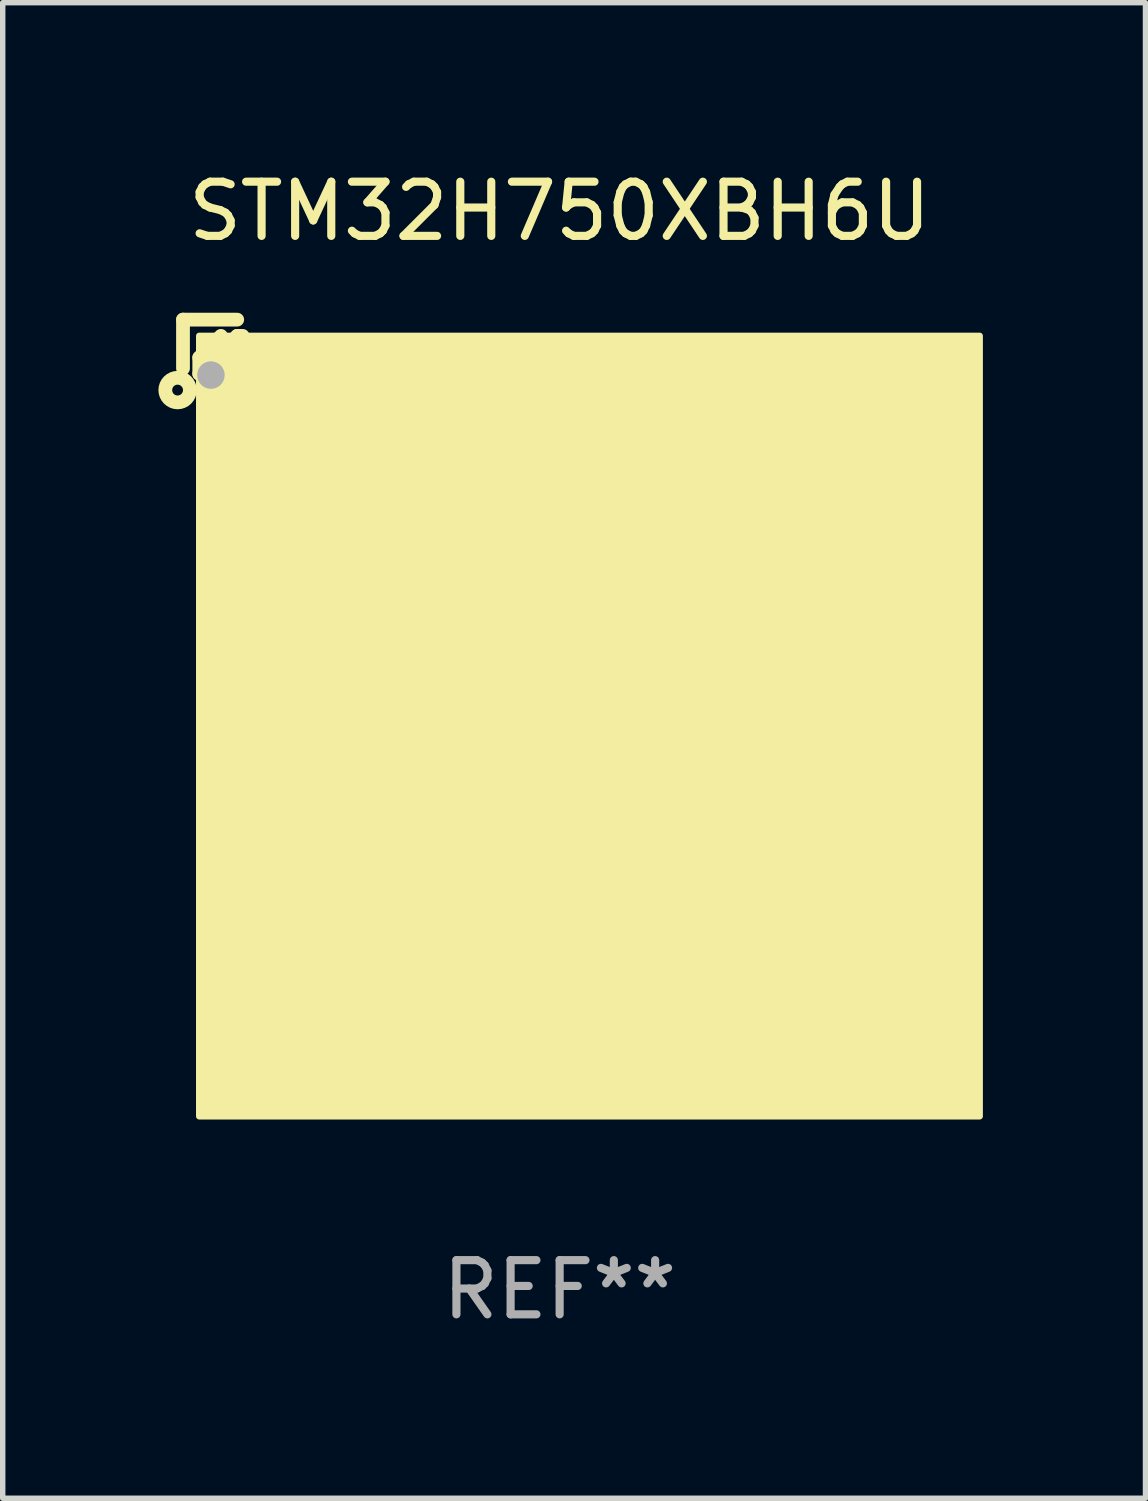
<source format=kicad_pcb>
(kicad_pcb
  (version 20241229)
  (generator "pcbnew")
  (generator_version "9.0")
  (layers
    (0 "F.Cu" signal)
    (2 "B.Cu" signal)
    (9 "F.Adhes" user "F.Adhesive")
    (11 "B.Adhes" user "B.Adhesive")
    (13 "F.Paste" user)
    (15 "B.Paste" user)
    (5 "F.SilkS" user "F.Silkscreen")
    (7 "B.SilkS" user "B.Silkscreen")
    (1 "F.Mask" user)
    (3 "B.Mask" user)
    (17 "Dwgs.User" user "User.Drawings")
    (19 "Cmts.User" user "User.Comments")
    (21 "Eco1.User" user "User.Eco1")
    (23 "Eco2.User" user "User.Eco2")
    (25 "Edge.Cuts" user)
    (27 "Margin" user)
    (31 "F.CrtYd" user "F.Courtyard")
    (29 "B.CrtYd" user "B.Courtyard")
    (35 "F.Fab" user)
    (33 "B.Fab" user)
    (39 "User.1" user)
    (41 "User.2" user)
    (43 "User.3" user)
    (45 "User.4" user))
  (footprint "STM32H750XBH6U"
    (layer "F.Cu")
    (at 7.277 9.798)
    (property "Reference" "STM32H750XBH6U" (at 0 -8.95 0) (layer "F.SilkS") (effects (font (size 1 1) (thickness 0.15))))
    (attr through_hole)
    (fp_line (start -6.95 -6.95) (end -6.95 -6.05) (stroke (width 0.254) (type solid)) (layer "F.SilkS"))
    (fp_line (start -6.65 -6.25) (end -6.25 -6.65) (stroke (width 0.254) (type solid)) (layer "F.SilkS"))
    (fp_line (start -6.65 -5.95) (end -6.65 -6.25) (stroke (width 0.254) (type solid)) (layer "F.SilkS"))
    (fp_line (start -5.95 -6.95) (end -6.95 -6.95) (stroke (width 0.254) (type solid)) (layer "F.SilkS"))
    (fp_line (start -5.95 -6.65) (end -6.65 -5.95) (stroke (width 0.254) (type solid)) (layer "F.SilkS"))
    (fp_line (start -5.85 -6.65) (end -5.95 -6.65) (stroke (width 0.254) (type solid)) (layer "F.SilkS"))
    (fp_circle (center -7.05 -5.65) (end -6.95 -5.65) (stroke (width 0.254) (type solid)) (fill no) (layer "F.SilkS"))
    (fp_circle (center -6.455 -6.452) (end -6.425 -6.452) (stroke (width 0.06) (type solid)) (fill no) (layer "F.SilkS"))
    (fp_poly (pts (xy -6.65 -6.65) (xy 7.75 -6.65) (xy 7.75 7.75) (xy -6.65 7.75)) (stroke (width 0.12) (type solid)) (fill yes) (layer "F.SilkS"))
    (fp_circle (center -6.435 -5.927) (end -6.308 -5.927) (stroke (width 0.254) (type solid)) (fill no) (layer "F.Fab"))
    (fp_text user "REF**" (at 0 10.95 0) (layer "F.Fab") (effects (font (size 1 1) (thickness 0.15))))
    (pad "A1" smd circle (at -5.85 -5.85) (size 0.5 0.5) (layers "F.Cu" "F.Mask" "F.Paste"))
    (pad "A2" smd circle (at -5.05 -5.85) (size 0.5 0.5) (layers "F.Cu" "F.Mask" "F.Paste"))
    (pad "A3" smd circle (at -4.25 -5.85) (size 0.5 0.5) (layers "F.Cu" "F.Mask" "F.Paste"))
    (pad "A4" smd circle (at -3.45 -5.85) (size 0.5 0.5) (layers "F.Cu" "F.Mask" "F.Paste"))
    (pad "A5" smd circle (at -2.65 -5.85) (size 0.5 0.5) (layers "F.Cu" "F.Mask" "F.Paste"))
    (pad "A6" smd circle (at -1.85 -5.85) (size 0.5 0.5) (layers "F.Cu" "F.Mask" "F.Paste"))
    (pad "A7" smd circle (at -1.05 -5.85) (size 0.5 0.5) (layers "F.Cu" "F.Mask" "F.Paste"))
    (pad "A8" smd circle (at -0.25 -5.85) (size 0.5 0.5) (layers "F.Cu" "F.Mask" "F.Paste"))
    (pad "A9" smd circle (at 0.55 -5.85) (size 0.5 0.5) (layers "F.Cu" "F.Mask" "F.Paste"))
    (pad "A10" smd circle (at 1.35 -5.85) (size 0.5 0.5) (layers "F.Cu" "F.Mask" "F.Paste"))
    (pad "A11" smd circle (at 2.15 -5.85) (size 0.5 0.5) (layers "F.Cu" "F.Mask" "F.Paste"))
    (pad "A12" smd circle (at 2.95 -5.85) (size 0.5 0.5) (layers "F.Cu" "F.Mask" "F.Paste"))
    (pad "A13" smd circle (at 3.75 -5.85) (size 0.5 0.5) (layers "F.Cu" "F.Mask" "F.Paste"))
    (pad "A14" smd circle (at 4.55 -5.85) (size 0.5 0.5) (layers "F.Cu" "F.Mask" "F.Paste"))
    (pad "A15" smd circle (at 5.35 -5.85) (size 0.5 0.5) (layers "F.Cu" "F.Mask" "F.Paste"))
    (pad "A16" smd circle (at 6.15 -5.85) (size 0.5 0.5) (layers "F.Cu" "F.Mask" "F.Paste"))
    (pad "A17" smd circle (at 6.95 -5.85) (size 0.5 0.5) (layers "F.Cu" "F.Mask" "F.Paste"))
    (pad "B1" smd circle (at -5.85 -5.05) (size 0.5 0.5) (layers "F.Cu" "F.Mask" "F.Paste"))
    (pad "B2" smd circle (at -5.05 -5.05) (size 0.5 0.5) (layers "F.Cu" "F.Mask" "F.Paste"))
    (pad "B3" smd circle (at -4.25 -5.05) (size 0.5 0.5) (layers "F.Cu" "F.Mask" "F.Paste"))
    (pad "B4" smd circle (at -3.45 -5.05) (size 0.5 0.5) (layers "F.Cu" "F.Mask" "F.Paste"))
    (pad "B5" smd circle (at -2.65 -5.05) (size 0.5 0.5) (layers "F.Cu" "F.Mask" "F.Paste"))
    (pad "B6" smd circle (at -1.85 -5.05) (size 0.5 0.5) (layers "F.Cu" "F.Mask" "F.Paste"))
    (pad "B7" smd circle (at -1.05 -5.05) (size 0.5 0.5) (layers "F.Cu" "F.Mask" "F.Paste"))
    (pad "B8" smd circle (at -0.25 -5.05) (size 0.5 0.5) (layers "F.Cu" "F.Mask" "F.Paste"))
    (pad "B9" smd circle (at 0.55 -5.05) (size 0.5 0.5) (layers "F.Cu" "F.Mask" "F.Paste"))
    (pad "B10" smd circle (at 1.35 -5.05) (size 0.5 0.5) (layers "F.Cu" "F.Mask" "F.Paste"))
    (pad "B11" smd circle (at 2.15 -5.05) (size 0.5 0.5) (layers "F.Cu" "F.Mask" "F.Paste"))
    (pad "B12" smd circle (at 2.95 -5.05) (size 0.5 0.5) (layers "F.Cu" "F.Mask" "F.Paste"))
    (pad "B13" smd circle (at 3.75 -5.05) (size 0.5 0.5) (layers "F.Cu" "F.Mask" "F.Paste"))
    (pad "B14" smd circle (at 4.55 -5.05) (size 0.5 0.5) (layers "F.Cu" "F.Mask" "F.Paste"))
    (pad "B15" smd circle (at 5.35 -5.05) (size 0.5 0.5) (layers "F.Cu" "F.Mask" "F.Paste"))
    (pad "B16" smd circle (at 6.15 -5.05) (size 0.5 0.5) (layers "F.Cu" "F.Mask" "F.Paste"))
    (pad "B17" smd circle (at 6.95 -5.05) (size 0.5 0.5) (layers "F.Cu" "F.Mask" "F.Paste"))
    (pad "C1" smd circle (at -5.85 -4.25) (size 0.5 0.5) (layers "F.Cu" "F.Mask" "F.Paste"))
    (pad "C2" smd circle (at -5.05 -4.25) (size 0.5 0.5) (layers "F.Cu" "F.Mask" "F.Paste"))
    (pad "C3" smd circle (at -4.25 -4.25) (size 0.5 0.5) (layers "F.Cu" "F.Mask" "F.Paste"))
    (pad "C4" smd circle (at -3.45 -4.25) (size 0.5 0.5) (layers "F.Cu" "F.Mask" "F.Paste"))
    (pad "C5" smd circle (at -2.65 -4.25) (size 0.5 0.5) (layers "F.Cu" "F.Mask" "F.Paste"))
    (pad "C6" smd circle (at -1.85 -4.25) (size 0.5 0.5) (layers "F.Cu" "F.Mask" "F.Paste"))
    (pad "C7" smd circle (at -1.05 -4.25) (size 0.5 0.5) (layers "F.Cu" "F.Mask" "F.Paste"))
    (pad "C8" smd circle (at -0.25 -4.25) (size 0.5 0.5) (layers "F.Cu" "F.Mask" "F.Paste"))
    (pad "C9" smd circle (at 0.55 -4.25) (size 0.5 0.5) (layers "F.Cu" "F.Mask" "F.Paste"))
    (pad "C10" smd circle (at 1.35 -4.25) (size 0.5 0.5) (layers "F.Cu" "F.Mask" "F.Paste"))
    (pad "C11" smd circle (at 2.15 -4.25) (size 0.5 0.5) (layers "F.Cu" "F.Mask" "F.Paste"))
    (pad "C12" smd circle (at 2.95 -4.25) (size 0.5 0.5) (layers "F.Cu" "F.Mask" "F.Paste"))
    (pad "C13" smd circle (at 3.75 -4.25) (size 0.5 0.5) (layers "F.Cu" "F.Mask" "F.Paste"))
    (pad "C14" smd circle (at 4.55 -4.25) (size 0.5 0.5) (layers "F.Cu" "F.Mask" "F.Paste"))
    (pad "C15" smd circle (at 5.35 -4.25) (size 0.5 0.5) (layers "F.Cu" "F.Mask" "F.Paste"))
    (pad "C16" smd circle (at 6.15 -4.25) (size 0.5 0.5) (layers "F.Cu" "F.Mask" "F.Paste"))
    (pad "C17" smd circle (at 6.95 -4.25) (size 0.5 0.5) (layers "F.Cu" "F.Mask" "F.Paste"))
    (pad "D1" smd circle (at -5.85 -3.45) (size 0.5 0.5) (layers "F.Cu" "F.Mask" "F.Paste"))
    (pad "D2" smd circle (at -5.05 -3.45) (size 0.5 0.5) (layers "F.Cu" "F.Mask" "F.Paste"))
    (pad "D3" smd circle (at -4.25 -3.45) (size 0.5 0.5) (layers "F.Cu" "F.Mask" "F.Paste"))
    (pad "D4" smd circle (at -3.45 -3.45) (size 0.5 0.5) (layers "F.Cu" "F.Mask" "F.Paste"))
    (pad "D5" smd circle (at -2.65 -3.45) (size 0.5 0.5) (layers "F.Cu" "F.Mask" "F.Paste"))
    (pad "D6" smd circle (at -1.85 -3.45) (size 0.5 0.5) (layers "F.Cu" "F.Mask" "F.Paste"))
    (pad "D7" smd circle (at -1.05 -3.45) (size 0.5 0.5) (layers "F.Cu" "F.Mask" "F.Paste"))
    (pad "D8" smd circle (at -0.25 -3.45) (size 0.5 0.5) (layers "F.Cu" "F.Mask" "F.Paste"))
    (pad "D9" smd circle (at 0.55 -3.45) (size 0.5 0.5) (layers "F.Cu" "F.Mask" "F.Paste"))
    (pad "D10" smd circle (at 1.35 -3.45) (size 0.5 0.5) (layers "F.Cu" "F.Mask" "F.Paste"))
    (pad "D11" smd circle (at 2.15 -3.45) (size 0.5 0.5) (layers "F.Cu" "F.Mask" "F.Paste"))
    (pad "D12" smd circle (at 2.95 -3.45) (size 0.5 0.5) (layers "F.Cu" "F.Mask" "F.Paste"))
    (pad "D13" smd circle (at 3.75 -3.45) (size 0.5 0.5) (layers "F.Cu" "F.Mask" "F.Paste"))
    (pad "D14" smd circle (at 4.55 -3.45) (size 0.5 0.5) (layers "F.Cu" "F.Mask" "F.Paste"))
    (pad "D15" smd circle (at 5.35 -3.45) (size 0.5 0.5) (layers "F.Cu" "F.Mask" "F.Paste"))
    (pad "D16" smd circle (at 6.15 -3.45) (size 0.5 0.5) (layers "F.Cu" "F.Mask" "F.Paste"))
    (pad "D17" smd circle (at 6.95 -3.45) (size 0.5 0.5) (layers "F.Cu" "F.Mask" "F.Paste"))
    (pad "E1" smd circle (at -5.85 -2.65) (size 0.5 0.5) (layers "F.Cu" "F.Mask" "F.Paste"))
    (pad "E2" smd circle (at -5.05 -2.65) (size 0.5 0.5) (layers "F.Cu" "F.Mask" "F.Paste"))
    (pad "E3" smd circle (at -4.25 -2.65) (size 0.5 0.5) (layers "F.Cu" "F.Mask" "F.Paste"))
    (pad "E4" smd circle (at -3.45 -2.65) (size 0.5 0.5) (layers "F.Cu" "F.Mask" "F.Paste"))
    (pad "E5" smd circle (at -2.65 -2.65) (size 0.5 0.5) (layers "F.Cu" "F.Mask" "F.Paste"))
    (pad "E6" smd circle (at -1.85 -2.65) (size 0.5 0.5) (layers "F.Cu" "F.Mask" "F.Paste"))
    (pad "E7" smd circle (at -1.05 -2.65) (size 0.5 0.5) (layers "F.Cu" "F.Mask" "F.Paste"))
    (pad "E8" smd circle (at -0.25 -2.65) (size 0.5 0.5) (layers "F.Cu" "F.Mask" "F.Paste"))
    (pad "E9" smd circle (at 0.55 -2.65) (size 0.5 0.5) (layers "F.Cu" "F.Mask" "F.Paste"))
    (pad "E10" smd circle (at 1.35 -2.65) (size 0.5 0.5) (layers "F.Cu" "F.Mask" "F.Paste"))
    (pad "E11" smd circle (at 2.15 -2.65) (size 0.5 0.5) (layers "F.Cu" "F.Mask" "F.Paste"))
    (pad "E12" smd circle (at 2.95 -2.65) (size 0.5 0.5) (layers "F.Cu" "F.Mask" "F.Paste"))
    (pad "E13" smd circle (at 3.75 -2.65) (size 0.5 0.5) (layers "F.Cu" "F.Mask" "F.Paste"))
    (pad "E14" smd circle (at 4.55 -2.65) (size 0.5 0.5) (layers "F.Cu" "F.Mask" "F.Paste"))
    (pad "E15" smd circle (at 5.35 -2.65) (size 0.5 0.5) (layers "F.Cu" "F.Mask" "F.Paste"))
    (pad "E16" smd circle (at 6.15 -2.65) (size 0.5 0.5) (layers "F.Cu" "F.Mask" "F.Paste"))
    (pad "E17" smd circle (at 6.95 -2.65) (size 0.5 0.5) (layers "F.Cu" "F.Mask" "F.Paste"))
    (pad "F1" smd circle (at -5.85 -1.85) (size 0.5 0.5) (layers "F.Cu" "F.Mask" "F.Paste"))
    (pad "F2" smd circle (at -5.05 -1.85) (size 0.5 0.5) (layers "F.Cu" "F.Mask" "F.Paste"))
    (pad "F3" smd circle (at -4.25 -1.85) (size 0.5 0.5) (layers "F.Cu" "F.Mask" "F.Paste"))
    (pad "F4" smd circle (at -3.45 -1.85) (size 0.5 0.5) (layers "F.Cu" "F.Mask" "F.Paste"))
    (pad "F5" smd circle (at -2.65 -1.85) (size 0.5 0.5) (layers "F.Cu" "F.Mask" "F.Paste"))
    (pad "F13" smd circle (at 3.75 -1.85) (size 0.5 0.5) (layers "F.Cu" "F.Mask" "F.Paste"))
    (pad "F14" smd circle (at 4.55 -1.85) (size 0.5 0.5) (layers "F.Cu" "F.Mask" "F.Paste"))
    (pad "F15" smd circle (at 5.35 -1.85) (size 0.5 0.5) (layers "F.Cu" "F.Mask" "F.Paste"))
    (pad "F16" smd circle (at 6.15 -1.85) (size 0.5 0.5) (layers "F.Cu" "F.Mask" "F.Paste"))
    (pad "F17" smd circle (at 6.95 -1.85) (size 0.5 0.5) (layers "F.Cu" "F.Mask" "F.Paste"))
    (pad "G1" smd circle (at -5.85 -1.05) (size 0.5 0.5) (layers "F.Cu" "F.Mask" "F.Paste"))
    (pad "G2" smd circle (at -5.05 -1.05) (size 0.5 0.5) (layers "F.Cu" "F.Mask" "F.Paste"))
    (pad "G3" smd circle (at -4.25 -1.05) (size 0.5 0.5) (layers "F.Cu" "F.Mask" "F.Paste"))
    (pad "G4" smd circle (at -3.45 -1.05) (size 0.5 0.5) (layers "F.Cu" "F.Mask" "F.Paste"))
    (pad "G5" smd circle (at -2.65 -1.05) (size 0.5 0.5) (layers "F.Cu" "F.Mask" "F.Paste"))
    (pad "G7" smd circle (at -1.05 -1.05) (size 0.5 0.5) (layers "F.Cu" "F.Mask" "F.Paste"))
    (pad "G8" smd circle (at -0.25 -1.05) (size 0.5 0.5) (layers "F.Cu" "F.Mask" "F.Paste"))
    (pad "G9" smd circle (at 0.55 -1.05) (size 0.5 0.5) (layers "F.Cu" "F.Mask" "F.Paste"))
    (pad "G10" smd circle (at 1.35 -1.05) (size 0.5 0.5) (layers "F.Cu" "F.Mask" "F.Paste"))
    (pad "G11" smd circle (at 2.15 -1.05) (size 0.5 0.5) (layers "F.Cu" "F.Mask" "F.Paste"))
    (pad "G13" smd circle (at 3.75 -1.05) (size 0.5 0.5) (layers "F.Cu" "F.Mask" "F.Paste"))
    (pad "G14" smd circle (at 4.55 -1.05) (size 0.5 0.5) (layers "F.Cu" "F.Mask" "F.Paste"))
    (pad "G15" smd circle (at 5.35 -1.05) (size 0.5 0.5) (layers "F.Cu" "F.Mask" "F.Paste"))
    (pad "G16" smd circle (at 6.15 -1.05) (size 0.5 0.5) (layers "F.Cu" "F.Mask" "F.Paste"))
    (pad "G17" smd circle (at 6.95 -1.05) (size 0.5 0.5) (layers "F.Cu" "F.Mask" "F.Paste"))
    (pad "H1" smd circle (at -5.85 -0.25) (size 0.5 0.5) (layers "F.Cu" "F.Mask" "F.Paste"))
    (pad "H2" smd circle (at -5.05 -0.25) (size 0.5 0.5) (layers "F.Cu" "F.Mask" "F.Paste"))
    (pad "H3" smd circle (at -4.25 -0.25) (size 0.5 0.5) (layers "F.Cu" "F.Mask" "F.Paste"))
    (pad "H4" smd circle (at -3.45 -0.25) (size 0.5 0.5) (layers "F.Cu" "F.Mask" "F.Paste"))
    (pad "H5" smd circle (at -2.65 -0.25) (size 0.5 0.5) (layers "F.Cu" "F.Mask" "F.Paste"))
    (pad "H7" smd circle (at -1.05 -0.25) (size 0.5 0.5) (layers "F.Cu" "F.Mask" "F.Paste"))
    (pad "H8" smd circle (at -0.25 -0.25) (size 0.5 0.5) (layers "F.Cu" "F.Mask" "F.Paste"))
    (pad "H9" smd circle (at 0.55 -0.25) (size 0.5 0.5) (layers "F.Cu" "F.Mask" "F.Paste"))
    (pad "H10" smd circle (at 1.35 -0.25) (size 0.5 0.5) (layers "F.Cu" "F.Mask" "F.Paste"))
    (pad "H11" smd circle (at 2.15 -0.25) (size 0.5 0.5) (layers "F.Cu" "F.Mask" "F.Paste"))
    (pad "H13" smd circle (at 3.75 -0.25) (size 0.5 0.5) (layers "F.Cu" "F.Mask" "F.Paste"))
    (pad "H14" smd circle (at 4.55 -0.25) (size 0.5 0.5) (layers "F.Cu" "F.Mask" "F.Paste"))
    (pad "H15" smd circle (at 5.35 -0.25) (size 0.5 0.5) (layers "F.Cu" "F.Mask" "F.Paste"))
    (pad "H16" smd circle (at 6.15 -0.25) (size 0.5 0.5) (layers "F.Cu" "F.Mask" "F.Paste"))
    (pad "H17" smd circle (at 6.95 -0.25) (size 0.5 0.5) (layers "F.Cu" "F.Mask" "F.Paste"))
    (pad "J1" smd circle (at -5.85 0.55) (size 0.5 0.5) (layers "F.Cu" "F.Mask" "F.Paste"))
    (pad "J2" smd circle (at -5.05 0.55) (size 0.5 0.5) (layers "F.Cu" "F.Mask" "F.Paste"))
    (pad "J3" smd circle (at -4.25 0.55) (size 0.5 0.5) (layers "F.Cu" "F.Mask" "F.Paste"))
    (pad "J4" smd circle (at -3.45 0.55) (size 0.5 0.5) (layers "F.Cu" "F.Mask" "F.Paste"))
    (pad "J5" smd circle (at -2.65 0.55) (size 0.5 0.5) (layers "F.Cu" "F.Mask" "F.Paste"))
    (pad "J7" smd circle (at -1.05 0.55) (size 0.5 0.5) (layers "F.Cu" "F.Mask" "F.Paste"))
    (pad "J8" smd circle (at -0.25 0.55) (size 0.5 0.5) (layers "F.Cu" "F.Mask" "F.Paste"))
    (pad "J9" smd circle (at 0.55 0.55) (size 0.5 0.5) (layers "F.Cu" "F.Mask" "F.Paste"))
    (pad "J10" smd circle (at 1.35 0.55) (size 0.5 0.5) (layers "F.Cu" "F.Mask" "F.Paste"))
    (pad "J11" smd circle (at 2.15 0.55) (size 0.5 0.5) (layers "F.Cu" "F.Mask" "F.Paste"))
    (pad "J13" smd circle (at 3.75 0.55) (size 0.5 0.5) (layers "F.Cu" "F.Mask" "F.Paste"))
    (pad "J14" smd circle (at 4.55 0.55) (size 0.5 0.5) (layers "F.Cu" "F.Mask" "F.Paste"))
    (pad "J15" smd circle (at 5.35 0.55) (size 0.5 0.5) (layers "F.Cu" "F.Mask" "F.Paste"))
    (pad "J16" smd circle (at 6.15 0.55) (size 0.5 0.5) (layers "F.Cu" "F.Mask" "F.Paste"))
    (pad "J17" smd circle (at 6.95 0.55) (size 0.5 0.5) (layers "F.Cu" "F.Mask" "F.Paste"))
    (pad "K1" smd circle (at -5.85 1.35) (size 0.5 0.5) (layers "F.Cu" "F.Mask" "F.Paste"))
    (pad "K2" smd circle (at -5.05 1.35) (size 0.5 0.5) (layers "F.Cu" "F.Mask" "F.Paste"))
    (pad "K3" smd circle (at -4.25 1.35) (size 0.5 0.5) (layers "F.Cu" "F.Mask" "F.Paste"))
    (pad "K4" smd circle (at -3.45 1.35) (size 0.5 0.5) (layers "F.Cu" "F.Mask" "F.Paste"))
    (pad "K5" smd circle (at -2.65 1.35) (size 0.5 0.5) (layers "F.Cu" "F.Mask" "F.Paste"))
    (pad "K7" smd circle (at -1.05 1.35) (size 0.5 0.5) (layers "F.Cu" "F.Mask" "F.Paste"))
    (pad "K8" smd circle (at -0.25 1.35) (size 0.5 0.5) (layers "F.Cu" "F.Mask" "F.Paste"))
    (pad "K9" smd circle (at 0.55 1.35) (size 0.5 0.5) (layers "F.Cu" "F.Mask" "F.Paste"))
    (pad "K10" smd circle (at 1.35 1.35) (size 0.5 0.5) (layers "F.Cu" "F.Mask" "F.Paste"))
    (pad "K11" smd circle (at 2.15 1.35) (size 0.5 0.5) (layers "F.Cu" "F.Mask" "F.Paste"))
    (pad "K13" smd circle (at 3.75 1.35) (size 0.5 0.5) (layers "F.Cu" "F.Mask" "F.Paste"))
    (pad "K14" smd circle (at 4.55 1.35) (size 0.5 0.5) (layers "F.Cu" "F.Mask" "F.Paste"))
    (pad "K15" smd circle (at 5.35 1.35) (size 0.5 0.5) (layers "F.Cu" "F.Mask" "F.Paste"))
    (pad "K16" smd circle (at 6.15 1.35) (size 0.5 0.5) (layers "F.Cu" "F.Mask" "F.Paste"))
    (pad "K17" smd circle (at 6.95 1.35) (size 0.5 0.5) (layers "F.Cu" "F.Mask" "F.Paste"))
    (pad "L1" smd circle (at -5.85 2.15) (size 0.5 0.5) (layers "F.Cu" "F.Mask" "F.Paste"))
    (pad "L2" smd circle (at -5.05 2.15) (size 0.5 0.5) (layers "F.Cu" "F.Mask" "F.Paste"))
    (pad "L3" smd circle (at -4.25 2.15) (size 0.5 0.5) (layers "F.Cu" "F.Mask" "F.Paste"))
    (pad "L4" smd circle (at -3.45 2.15) (size 0.5 0.5) (layers "F.Cu" "F.Mask" "F.Paste"))
    (pad "L5" smd circle (at -2.65 2.15) (size 0.5 0.5) (layers "F.Cu" "F.Mask" "F.Paste"))
    (pad "L7" smd circle (at -1.05 2.15) (size 0.5 0.5) (layers "F.Cu" "F.Mask" "F.Paste"))
    (pad "L8" smd circle (at -0.25 2.15) (size 0.5 0.5) (layers "F.Cu" "F.Mask" "F.Paste"))
    (pad "L9" smd circle (at 0.55 2.15) (size 0.5 0.5) (layers "F.Cu" "F.Mask" "F.Paste"))
    (pad "L10" smd circle (at 1.35 2.15) (size 0.5 0.5) (layers "F.Cu" "F.Mask" "F.Paste"))
    (pad "L11" smd circle (at 2.15 2.15) (size 0.5 0.5) (layers "F.Cu" "F.Mask" "F.Paste"))
    (pad "L13" smd circle (at 3.75 2.15) (size 0.5 0.5) (layers "F.Cu" "F.Mask" "F.Paste"))
    (pad "L14" smd circle (at 4.55 2.15) (size 0.5 0.5) (layers "F.Cu" "F.Mask" "F.Paste"))
    (pad "L15" smd circle (at 5.35 2.15) (size 0.5 0.5) (layers "F.Cu" "F.Mask" "F.Paste"))
    (pad "L16" smd circle (at 6.15 2.15) (size 0.5 0.5) (layers "F.Cu" "F.Mask" "F.Paste"))
    (pad "L17" smd circle (at 6.95 2.15) (size 0.5 0.5) (layers "F.Cu" "F.Mask" "F.Paste"))
    (pad "M1" smd circle (at -5.85 2.95) (size 0.5 0.5) (layers "F.Cu" "F.Mask" "F.Paste"))
    (pad "M2" smd circle (at -5.05 2.95) (size 0.5 0.5) (layers "F.Cu" "F.Mask" "F.Paste"))
    (pad "M3" smd circle (at -4.25 2.95) (size 0.5 0.5) (layers "F.Cu" "F.Mask" "F.Paste"))
    (pad "M4" smd circle (at -3.45 2.95) (size 0.5 0.5) (layers "F.Cu" "F.Mask" "F.Paste"))
    (pad "M5" smd circle (at -2.65 2.95) (size 0.5 0.5) (layers "F.Cu" "F.Mask" "F.Paste"))
    (pad "M13" smd circle (at 3.75 2.95) (size 0.5 0.5) (layers "F.Cu" "F.Mask" "F.Paste"))
    (pad "M14" smd circle (at 4.55 2.95) (size 0.5 0.5) (layers "F.Cu" "F.Mask" "F.Paste"))
    (pad "M15" smd circle (at 5.35 2.95) (size 0.5 0.5) (layers "F.Cu" "F.Mask" "F.Paste"))
    (pad "M16" smd circle (at 6.15 2.95) (size 0.5 0.5) (layers "F.Cu" "F.Mask" "F.Paste"))
    (pad "M17" smd circle (at 6.95 2.95) (size 0.5 0.5) (layers "F.Cu" "F.Mask" "F.Paste"))
    (pad "N1" smd circle (at -5.85 3.75) (size 0.5 0.5) (layers "F.Cu" "F.Mask" "F.Paste"))
    (pad "N2" smd circle (at -5.05 3.75) (size 0.5 0.5) (layers "F.Cu" "F.Mask" "F.Paste"))
    (pad "N3" smd circle (at -4.25 3.75) (size 0.5 0.5) (layers "F.Cu" "F.Mask" "F.Paste"))
    (pad "N4" smd circle (at -3.45 3.75) (size 0.5 0.5) (layers "F.Cu" "F.Mask" "F.Paste"))
    (pad "N5" smd circle (at -2.65 3.75) (size 0.5 0.5) (layers "F.Cu" "F.Mask" "F.Paste"))
    (pad "N6" smd circle (at -1.85 3.75) (size 0.5 0.5) (layers "F.Cu" "F.Mask" "F.Paste"))
    (pad "N7" smd circle (at -1.05 3.75) (size 0.5 0.5) (layers "F.Cu" "F.Mask" "F.Paste"))
    (pad "N8" smd circle (at -0.25 3.75) (size 0.5 0.5) (layers "F.Cu" "F.Mask" "F.Paste"))
    (pad "N9" smd circle (at 0.55 3.75) (size 0.5 0.5) (layers "F.Cu" "F.Mask" "F.Paste"))
    (pad "N10" smd circle (at 1.35 3.75) (size 0.5 0.5) (layers "F.Cu" "F.Mask" "F.Paste"))
    (pad "N11" smd circle (at 2.15 3.75) (size 0.5 0.5) (layers "F.Cu" "F.Mask" "F.Paste"))
    (pad "N12" smd circle (at 2.95 3.75) (size 0.5 0.5) (layers "F.Cu" "F.Mask" "F.Paste"))
    (pad "N13" smd circle (at 3.75 3.75) (size 0.5 0.5) (layers "F.Cu" "F.Mask" "F.Paste"))
    (pad "N14" smd circle (at 4.55 3.75) (size 0.5 0.5) (layers "F.Cu" "F.Mask" "F.Paste"))
    (pad "N15" smd circle (at 5.35 3.75) (size 0.5 0.5) (layers "F.Cu" "F.Mask" "F.Paste"))
    (pad "N16" smd circle (at 6.15 3.75) (size 0.5 0.5) (layers "F.Cu" "F.Mask" "F.Paste"))
    (pad "N17" smd circle (at 6.95 3.75) (size 0.5 0.5) (layers "F.Cu" "F.Mask" "F.Paste"))
    (pad "P1" smd circle (at -5.85 4.55) (size 0.5 0.5) (layers "F.Cu" "F.Mask" "F.Paste"))
    (pad "P2" smd circle (at -5.05 4.55) (size 0.5 0.5) (layers "F.Cu" "F.Mask" "F.Paste"))
    (pad "P3" smd circle (at -4.25 4.55) (size 0.5 0.5) (layers "F.Cu" "F.Mask" "F.Paste"))
    (pad "P4" smd circle (at -3.45 4.55) (size 0.5 0.5) (layers "F.Cu" "F.Mask" "F.Paste"))
    (pad "P5" smd circle (at -2.65 4.55) (size 0.5 0.5) (layers "F.Cu" "F.Mask" "F.Paste"))
    (pad "P6" smd circle (at -1.85 4.55) (size 0.5 0.5) (layers "F.Cu" "F.Mask" "F.Paste"))
    (pad "P7" smd circle (at -1.05 4.55) (size 0.5 0.5) (layers "F.Cu" "F.Mask" "F.Paste"))
    (pad "P8" smd circle (at -0.25 4.55) (size 0.5 0.5) (layers "F.Cu" "F.Mask" "F.Paste"))
    (pad "P9" smd circle (at 0.55 4.55) (size 0.5 0.5) (layers "F.Cu" "F.Mask" "F.Paste"))
    (pad "P10" smd circle (at 1.35 4.55) (size 0.5 0.5) (layers "F.Cu" "F.Mask" "F.Paste"))
    (pad "P11" smd circle (at 2.15 4.55) (size 0.5 0.5) (layers "F.Cu" "F.Mask" "F.Paste"))
    (pad "P12" smd circle (at 2.95 4.55) (size 0.5 0.5) (layers "F.Cu" "F.Mask" "F.Paste"))
    (pad "P13" smd circle (at 3.75 4.55) (size 0.5 0.5) (layers "F.Cu" "F.Mask" "F.Paste"))
    (pad "P14" smd circle (at 4.55 4.55) (size 0.5 0.5) (layers "F.Cu" "F.Mask" "F.Paste"))
    (pad "P15" smd circle (at 5.35 4.55) (size 0.5 0.5) (layers "F.Cu" "F.Mask" "F.Paste"))
    (pad "P16" smd circle (at 6.15 4.55) (size 0.5 0.5) (layers "F.Cu" "F.Mask" "F.Paste"))
    (pad "P17" smd circle (at 6.95 4.55) (size 0.5 0.5) (layers "F.Cu" "F.Mask" "F.Paste"))
    (pad "R1" smd circle (at -5.85 5.35) (size 0.5 0.5) (layers "F.Cu" "F.Mask" "F.Paste"))
    (pad "R2" smd circle (at -5.05 5.35) (size 0.5 0.5) (layers "F.Cu" "F.Mask" "F.Paste"))
    (pad "R3" smd circle (at -4.25 5.35) (size 0.5 0.5) (layers "F.Cu" "F.Mask" "F.Paste"))
    (pad "R4" smd circle (at -3.45 5.35) (size 0.5 0.5) (layers "F.Cu" "F.Mask" "F.Paste"))
    (pad "R5" smd circle (at -2.65 5.35) (size 0.5 0.5) (layers "F.Cu" "F.Mask" "F.Paste"))
    (pad "R6" smd circle (at -1.85 5.35) (size 0.5 0.5) (layers "F.Cu" "F.Mask" "F.Paste"))
    (pad "R7" smd circle (at -1.05 5.35) (size 0.5 0.5) (layers "F.Cu" "F.Mask" "F.Paste"))
    (pad "R8" smd circle (at -0.25 5.35) (size 0.5 0.5) (layers "F.Cu" "F.Mask" "F.Paste"))
    (pad "R9" smd circle (at 0.55 5.35) (size 0.5 0.5) (layers "F.Cu" "F.Mask" "F.Paste"))
    (pad "R10" smd circle (at 1.35 5.35) (size 0.5 0.5) (layers "F.Cu" "F.Mask" "F.Paste"))
    (pad "R11" smd circle (at 2.15 5.35) (size 0.5 0.5) (layers "F.Cu" "F.Mask" "F.Paste"))
    (pad "R12" smd circle (at 2.95 5.35) (size 0.5 0.5) (layers "F.Cu" "F.Mask" "F.Paste"))
    (pad "R13" smd circle (at 3.75 5.35) (size 0.5 0.5) (layers "F.Cu" "F.Mask" "F.Paste"))
    (pad "R14" smd circle (at 4.55 5.35) (size 0.5 0.5) (layers "F.Cu" "F.Mask" "F.Paste"))
    (pad "R15" smd circle (at 5.35 5.35) (size 0.5 0.5) (layers "F.Cu" "F.Mask" "F.Paste"))
    (pad "R16" smd circle (at 6.15 5.35) (size 0.5 0.5) (layers "F.Cu" "F.Mask" "F.Paste"))
    (pad "R17" smd circle (at 6.95 5.35) (size 0.5 0.5) (layers "F.Cu" "F.Mask" "F.Paste"))
    (pad "T1" smd circle (at -5.85 6.15) (size 0.5 0.5) (layers "F.Cu" "F.Mask" "F.Paste"))
    (pad "T2" smd circle (at -5.05 6.15) (size 0.5 0.5) (layers "F.Cu" "F.Mask" "F.Paste"))
    (pad "T3" smd circle (at -4.25 6.15) (size 0.5 0.5) (layers "F.Cu" "F.Mask" "F.Paste"))
    (pad "T4" smd circle (at -3.45 6.15) (size 0.5 0.5) (layers "F.Cu" "F.Mask" "F.Paste"))
    (pad "T5" smd circle (at -2.65 6.15) (size 0.5 0.5) (layers "F.Cu" "F.Mask" "F.Paste"))
    (pad "T6" smd circle (at -1.85 6.15) (size 0.5 0.5) (layers "F.Cu" "F.Mask" "F.Paste"))
    (pad "T7" smd circle (at -1.05 6.15) (size 0.5 0.5) (layers "F.Cu" "F.Mask" "F.Paste"))
    (pad "T8" smd circle (at -0.25 6.15) (size 0.5 0.5) (layers "F.Cu" "F.Mask" "F.Paste"))
    (pad "T9" smd circle (at 0.55 6.15) (size 0.5 0.5) (layers "F.Cu" "F.Mask" "F.Paste"))
    (pad "T10" smd circle (at 1.35 6.15) (size 0.5 0.5) (layers "F.Cu" "F.Mask" "F.Paste"))
    (pad "T11" smd circle (at 2.15 6.15) (size 0.5 0.5) (layers "F.Cu" "F.Mask" "F.Paste"))
    (pad "T12" smd circle (at 2.95 6.15) (size 0.5 0.5) (layers "F.Cu" "F.Mask" "F.Paste"))
    (pad "T13" smd circle (at 3.75 6.15) (size 0.5 0.5) (layers "F.Cu" "F.Mask" "F.Paste"))
    (pad "T14" smd circle (at 4.55 6.15) (size 0.5 0.5) (layers "F.Cu" "F.Mask" "F.Paste"))
    (pad "T15" smd circle (at 5.35 6.15) (size 0.5 0.5) (layers "F.Cu" "F.Mask" "F.Paste"))
    (pad "T16" smd circle (at 6.15 6.15) (size 0.5 0.5) (layers "F.Cu" "F.Mask" "F.Paste"))
    (pad "T17" smd circle (at 6.95 6.15) (size 0.5 0.5) (layers "F.Cu" "F.Mask" "F.Paste"))
    (pad "U1" smd circle (at -5.85 6.95) (size 0.5 0.5) (layers "F.Cu" "F.Mask" "F.Paste"))
    (pad "U2" smd circle (at -5.05 6.95) (size 0.5 0.5) (layers "F.Cu" "F.Mask" "F.Paste"))
    (pad "U3" smd circle (at -4.25 6.95) (size 0.5 0.5) (layers "F.Cu" "F.Mask" "F.Paste"))
    (pad "U4" smd circle (at -3.45 6.95) (size 0.5 0.5) (layers "F.Cu" "F.Mask" "F.Paste"))
    (pad "U5" smd circle (at -2.65 6.95) (size 0.5 0.5) (layers "F.Cu" "F.Mask" "F.Paste"))
    (pad "U6" smd circle (at -1.85 6.95) (size 0.5 0.5) (layers "F.Cu" "F.Mask" "F.Paste"))
    (pad "U7" smd circle (at -1.05 6.95) (size 0.5 0.5) (layers "F.Cu" "F.Mask" "F.Paste"))
    (pad "U8" smd circle (at -0.25 6.95) (size 0.5 0.5) (layers "F.Cu" "F.Mask" "F.Paste"))
    (pad "U9" smd circle (at 0.55 6.95) (size 0.5 0.5) (layers "F.Cu" "F.Mask" "F.Paste"))
    (pad "U10" smd circle (at 1.35 6.95) (size 0.5 0.5) (layers "F.Cu" "F.Mask" "F.Paste"))
    (pad "U11" smd circle (at 2.15 6.95) (size 0.5 0.5) (layers "F.Cu" "F.Mask" "F.Paste"))
    (pad "U12" smd circle (at 2.95 6.95) (size 0.5 0.5) (layers "F.Cu" "F.Mask" "F.Paste"))
    (pad "U13" smd circle (at 3.75 6.95) (size 0.5 0.5) (layers "F.Cu" "F.Mask" "F.Paste"))
    (pad "U14" smd circle (at 4.55 6.95) (size 0.5 0.5) (layers "F.Cu" "F.Mask" "F.Paste"))
    (pad "U15" smd circle (at 5.35 6.95) (size 0.5 0.5) (layers "F.Cu" "F.Mask" "F.Paste"))
    (pad "U16" smd circle (at 6.15 6.95) (size 0.5 0.5) (layers "F.Cu" "F.Mask" "F.Paste"))
    (pad "U17" smd circle (at 6.95 6.95) (size 0.5 0.5) (layers "F.Cu" "F.Mask" "F.Paste")))
  (gr_rect
    (start -3 -3)
    (end 18.087 24.597)
    (stroke (width 0.1) (type default))
    (fill no)
    (layer "Edge.Cuts")))
</source>
